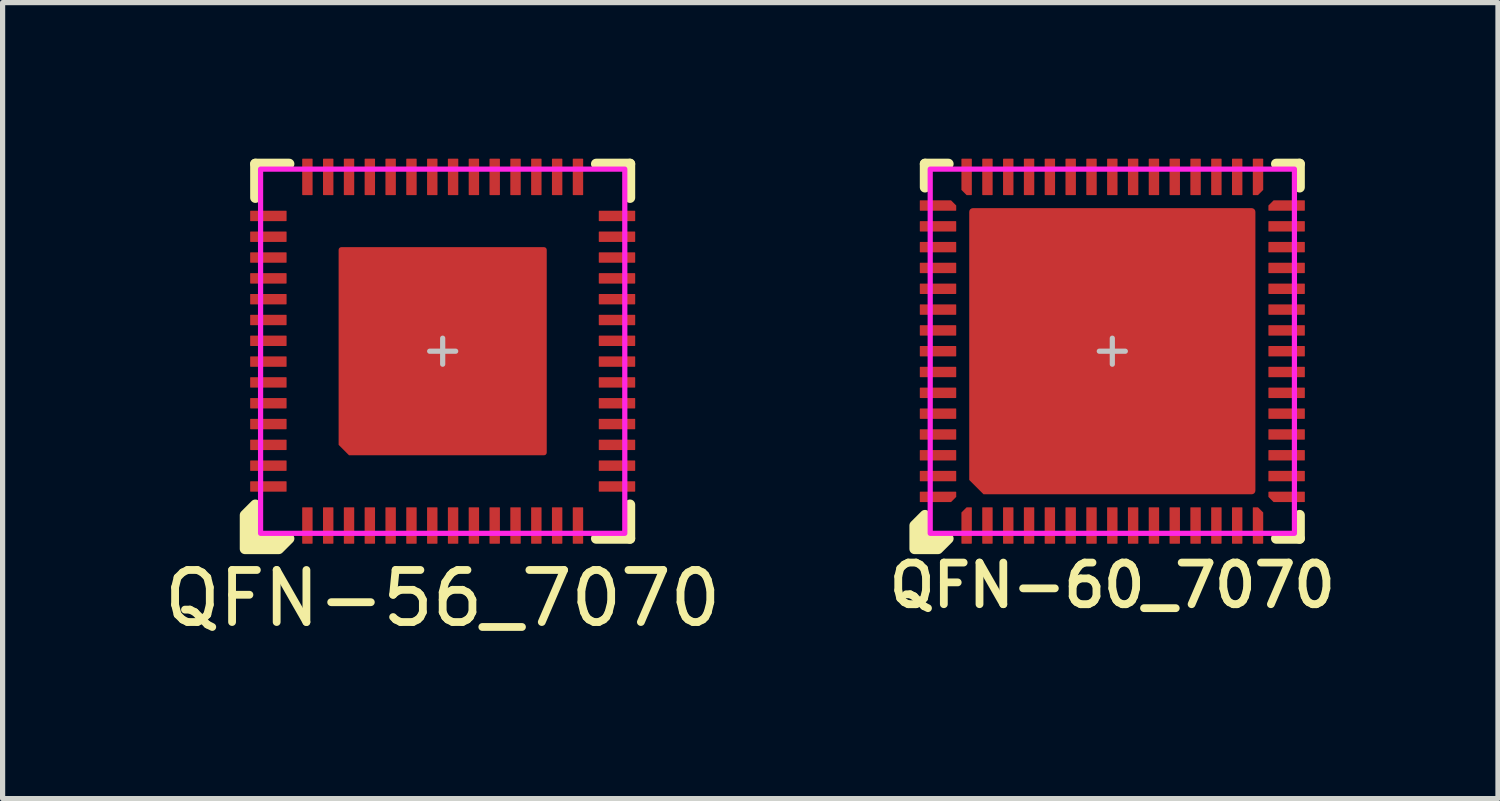
<source format=kicad_pcb>
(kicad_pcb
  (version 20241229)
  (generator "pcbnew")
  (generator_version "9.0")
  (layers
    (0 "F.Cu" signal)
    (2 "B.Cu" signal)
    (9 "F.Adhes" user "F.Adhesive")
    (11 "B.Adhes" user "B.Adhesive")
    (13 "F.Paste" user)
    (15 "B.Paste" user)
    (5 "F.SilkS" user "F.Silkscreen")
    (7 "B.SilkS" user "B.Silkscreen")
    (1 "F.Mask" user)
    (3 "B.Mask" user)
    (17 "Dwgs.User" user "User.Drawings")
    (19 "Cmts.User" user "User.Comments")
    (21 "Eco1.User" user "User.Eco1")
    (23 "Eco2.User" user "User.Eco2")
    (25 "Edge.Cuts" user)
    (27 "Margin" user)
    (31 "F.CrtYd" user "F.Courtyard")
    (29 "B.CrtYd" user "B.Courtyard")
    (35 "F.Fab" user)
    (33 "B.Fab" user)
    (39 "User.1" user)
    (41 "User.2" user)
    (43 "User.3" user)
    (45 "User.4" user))
  (footprint "QFN-60_7070"
    (layer "F.Cu")
    (at 18.328 3.7)
    (property "Reference" "QFN-60_7070" (at 0 4.5 0) (unlocked yes) (layer "F.SilkS") (effects (font (size 0.8 0.8) (thickness 0.15))))
    (attr smd)
    (fp_line (start -3.6 -3.6) (end -3.6 -3.15) (stroke (width 0.2) (type solid)) (layer "F.SilkS"))
    (fp_line (start -3.15 -3.6) (end -3.6 -3.6) (stroke (width 0.2) (type solid)) (layer "F.SilkS"))
    (fp_line (start 3.15 3.6) (end 3.6 3.6) (stroke (width 0.2) (type solid)) (layer "F.SilkS"))
    (fp_line (start 3.6 -3.6) (end 3.15 -3.6) (stroke (width 0.2) (type solid)) (layer "F.SilkS"))
    (fp_line (start 3.6 -3.15) (end 3.6 -3.6) (stroke (width 0.2) (type solid)) (layer "F.SilkS"))
    (fp_line (start 3.6 3.6) (end 3.6 3.15) (stroke (width 0.2) (type solid)) (layer "F.SilkS"))
    (fp_poly (pts (xy -3.6 3.15) (xy -3.6 3.6) (xy -3.15 3.6) (xy -3.35 3.8) (xy -3.8 3.8) (xy -3.8 3.35)) (stroke (width 0.2) (type solid)) (fill yes) (layer "F.SilkS"))
    (fp_rect (start -1.65 -2.6) (end -0.75 -1.95) (stroke (width 0) (type solid)) (fill yes) (layer "F.Paste"))
    (fp_rect (start -1.65 -1.65) (end -0.75 -0.75) (stroke (width 0) (type solid)) (fill yes) (layer "F.Paste"))
    (fp_rect (start -1.65 -0.45) (end -0.75 0.45) (stroke (width 0) (type solid)) (fill yes) (layer "F.Paste"))
    (fp_rect (start -1.65 0.75) (end -0.75 1.65) (stroke (width 0) (type solid)) (fill yes) (layer "F.Paste"))
    (fp_rect (start -1.65 1.95) (end -0.75 2.6) (stroke (width 0) (type solid)) (fill yes) (layer "F.Paste"))
    (fp_rect (start -0.45 -2.6) (end 0.45 -1.95) (stroke (width 0) (type solid)) (fill yes) (layer "F.Paste"))
    (fp_rect (start -0.45 -1.65) (end 0.45 -0.75) (stroke (width 0) (type solid)) (fill yes) (layer "F.Paste"))
    (fp_rect (start -0.45 -0.45) (end 0.45 0.45) (stroke (width 0) (type solid)) (fill yes) (layer "F.Paste"))
    (fp_rect (start -0.45 0.75) (end 0.45 1.65) (stroke (width 0) (type solid)) (fill yes) (layer "F.Paste"))
    (fp_rect (start -0.45 1.95) (end 0.45 2.6) (stroke (width 0) (type solid)) (fill yes) (layer "F.Paste"))
    (fp_rect (start 0.75 -2.6) (end 1.65 -1.95) (stroke (width 0) (type solid)) (fill yes) (layer "F.Paste"))
    (fp_rect (start 0.75 -1.65) (end 1.65 -0.75) (stroke (width 0) (type solid)) (fill yes) (layer "F.Paste"))
    (fp_rect (start 0.75 -0.45) (end 1.65 0.45) (stroke (width 0) (type solid)) (fill yes) (layer "F.Paste"))
    (fp_rect (start 0.75 0.75) (end 1.65 1.65) (stroke (width 0) (type solid)) (fill yes) (layer "F.Paste"))
    (fp_rect (start 0.75 1.95) (end 1.65 2.6) (stroke (width 0) (type solid)) (fill yes) (layer "F.Paste"))
    (fp_poly (pts (xy -2.6 -1.95) (xy -2.6 -2.6) (xy -1.95 -2.6) (xy -1.95 -1.95)) (stroke (width 0) (type solid)) (fill yes) (layer "F.Paste"))
    (fp_poly (pts (xy -2.6 -0.75) (xy -2.6 -1.65) (xy -1.95 -1.65) (xy -1.95 -0.75)) (stroke (width 0) (type solid)) (fill yes) (layer "F.Paste"))
    (fp_poly (pts (xy -2.6 0.45) (xy -2.6 -0.45) (xy -1.95 -0.45) (xy -1.95 0.45)) (stroke (width 0) (type solid)) (fill yes) (layer "F.Paste"))
    (fp_poly (pts (xy -2.6 1.65) (xy -2.6 0.75) (xy -1.95 0.75) (xy -1.95 1.65)) (stroke (width 0) (type solid)) (fill yes) (layer "F.Paste"))
    (fp_poly (pts (xy 1.95 -1.95) (xy 1.95 -2.6) (xy 2.6 -2.6) (xy 2.6 -1.95)) (stroke (width 0) (type solid)) (fill yes) (layer "F.Paste"))
    (fp_poly (pts (xy 1.95 -0.75) (xy 1.95 -1.65) (xy 2.6 -1.65) (xy 2.6 -0.75)) (stroke (width 0) (type solid)) (fill yes) (layer "F.Paste"))
    (fp_poly (pts (xy 1.95 0.45) (xy 1.95 -0.45) (xy 2.6 -0.45) (xy 2.6 0.45)) (stroke (width 0) (type solid)) (fill yes) (layer "F.Paste"))
    (fp_poly (pts (xy 1.95 1.65) (xy 1.95 0.75) (xy 2.6 0.75) (xy 2.6 1.65)) (stroke (width 0) (type solid)) (fill yes) (layer "F.Paste"))
    (fp_poly (pts (xy 1.95 2.6) (xy 1.95 1.95) (xy 2.6 1.95) (xy 2.6 2.6)) (stroke (width 0) (type solid)) (fill yes) (layer "F.Paste"))
    (fp_poly (pts (xy -1.95 2.6) (xy -2.425 2.6) (xy -2.6 2.425) (xy -2.6 1.95) (xy -1.95 1.95)) (stroke (width 0) (type solid)) (fill yes) (layer "F.Paste"))
    (fp_line (start -0.25 0) (end 0.25 0) (stroke (width 0.1) (type solid)) (layer "Dwgs.User"))
    (fp_line (start 0 0.25) (end 0 -0.25) (stroke (width 0.1) (type solid)) (layer "Dwgs.User"))
    (fp_rect (start -3.5 -3.5) (end 3.5 3.5) (stroke (width 0.1) (type solid)) (fill no) (layer "F.CrtYd"))
    (pad "1" smd roundrect (at -2.8 3.35 90) (size 0.7 0.2) (layers "F.Cu" "F.Mask" "F.Paste") (roundrect_rratio 0.05) (chamfer_ratio 0.5) (chamfer top_right))
    (pad "2" smd roundrect (at -2.4 3.35 90) (size 0.7 0.2) (layers "F.Cu" "F.Mask" "F.Paste") (roundrect_rratio 0.05))
    (pad "3" smd roundrect (at -2 3.35 90) (size 0.7 0.2) (layers "F.Cu" "F.Mask" "F.Paste") (roundrect_rratio 0.05))
    (pad "4" smd roundrect (at -1.6 3.35 90) (size 0.7 0.2) (layers "F.Cu" "F.Mask" "F.Paste") (roundrect_rratio 0.05))
    (pad "5" smd roundrect (at -1.2 3.35 90) (size 0.7 0.2) (layers "F.Cu" "F.Mask" "F.Paste") (roundrect_rratio 0.05))
    (pad "6" smd roundrect (at -0.8 3.35 90) (size 0.7 0.2) (layers "F.Cu" "F.Mask" "F.Paste") (roundrect_rratio 0.05))
    (pad "7" smd roundrect (at -0.4 3.35 90) (size 0.7 0.2) (layers "F.Cu" "F.Mask" "F.Paste") (roundrect_rratio 0.05))
    (pad "8" smd roundrect (at 0 3.35 90) (size 0.7 0.2) (layers "F.Cu" "F.Mask" "F.Paste") (roundrect_rratio 0.05))
    (pad "9" smd roundrect (at 0.4 3.35 90) (size 0.7 0.2) (layers "F.Cu" "F.Mask" "F.Paste") (roundrect_rratio 0.05))
    (pad "10" smd roundrect (at 0.8 3.35 90) (size 0.7 0.2) (layers "F.Cu" "F.Mask" "F.Paste") (roundrect_rratio 0.05))
    (pad "11" smd roundrect (at 1.2 3.35 90) (size 0.7 0.2) (layers "F.Cu" "F.Mask" "F.Paste") (roundrect_rratio 0.05))
    (pad "12" smd roundrect (at 1.6 3.35 90) (size 0.7 0.2) (layers "F.Cu" "F.Mask" "F.Paste") (roundrect_rratio 0.05))
    (pad "13" smd roundrect (at 2 3.35 90) (size 0.7 0.2) (layers "F.Cu" "F.Mask" "F.Paste") (roundrect_rratio 0.05))
    (pad "14" smd roundrect (at 2.4 3.35 90) (size 0.7 0.2) (layers "F.Cu" "F.Mask" "F.Paste") (roundrect_rratio 0.05))
    (pad "15" smd roundrect (at 2.8 3.35 90) (size 0.7 0.2) (layers "F.Cu" "F.Mask" "F.Paste") (roundrect_rratio 0.05) (chamfer_ratio 0.5) (chamfer bottom_right))
    (pad "16" smd roundrect (at 3.35 2.8) (size 0.7 0.2) (layers "F.Cu" "F.Mask" "F.Paste") (roundrect_rratio 0.05) (chamfer_ratio 0.5) (chamfer bottom_left))
    (pad "17" smd roundrect (at 3.35 2.4) (size 0.7 0.2) (layers "F.Cu" "F.Mask" "F.Paste") (roundrect_rratio 0.05))
    (pad "18" smd roundrect (at 3.35 2) (size 0.7 0.2) (layers "F.Cu" "F.Mask" "F.Paste") (roundrect_rratio 0.05))
    (pad "19" smd roundrect (at 3.35 1.6) (size 0.7 0.2) (layers "F.Cu" "F.Mask" "F.Paste") (roundrect_rratio 0.05))
    (pad "20" smd roundrect (at 3.35 1.2) (size 0.7 0.2) (layers "F.Cu" "F.Mask" "F.Paste") (roundrect_rratio 0.05))
    (pad "21" smd roundrect (at 3.35 0.8) (size 0.7 0.2) (layers "F.Cu" "F.Mask" "F.Paste") (roundrect_rratio 0.05))
    (pad "22" smd roundrect (at 3.35 0.4) (size 0.7 0.2) (layers "F.Cu" "F.Mask" "F.Paste") (roundrect_rratio 0.05))
    (pad "23" smd roundrect (at 3.35 0) (size 0.7 0.2) (layers "F.Cu" "F.Mask" "F.Paste") (roundrect_rratio 0.05))
    (pad "24" smd roundrect (at 3.35 -0.4) (size 0.7 0.2) (layers "F.Cu" "F.Mask" "F.Paste") (roundrect_rratio 0.05))
    (pad "25" smd roundrect (at 3.35 -0.8) (size 0.7 0.2) (layers "F.Cu" "F.Mask" "F.Paste") (roundrect_rratio 0.05))
    (pad "26" smd roundrect (at 3.35 -1.2) (size 0.7 0.2) (layers "F.Cu" "F.Mask" "F.Paste") (roundrect_rratio 0.05))
    (pad "27" smd roundrect (at 3.35 -1.6) (size 0.7 0.2) (layers "F.Cu" "F.Mask" "F.Paste") (roundrect_rratio 0.05))
    (pad "28" smd roundrect (at 3.35 -2) (size 0.7 0.2) (layers "F.Cu" "F.Mask" "F.Paste") (roundrect_rratio 0.05))
    (pad "29" smd roundrect (at 3.35 -2.4) (size 0.7 0.2) (layers "F.Cu" "F.Mask" "F.Paste") (roundrect_rratio 0.05))
    (pad "30" smd roundrect (at 3.35 -2.8) (size 0.7 0.2) (layers "F.Cu" "F.Mask" "F.Paste") (roundrect_rratio 0.05) (chamfer_ratio 0.5) (chamfer top_left))
    (pad "31" smd roundrect (at 2.8 -3.35 90) (size 0.7 0.2) (layers "F.Cu" "F.Mask" "F.Paste") (roundrect_rratio 0.05) (chamfer_ratio 0.5) (chamfer bottom_left))
    (pad "32" smd roundrect (at 2.4 -3.35 90) (size 0.7 0.2) (layers "F.Cu" "F.Mask" "F.Paste") (roundrect_rratio 0.05))
    (pad "33" smd roundrect (at 2 -3.35 90) (size 0.7 0.2) (layers "F.Cu" "F.Mask" "F.Paste") (roundrect_rratio 0.05))
    (pad "34" smd roundrect (at 1.6 -3.35 90) (size 0.7 0.2) (layers "F.Cu" "F.Mask" "F.Paste") (roundrect_rratio 0.05))
    (pad "35" smd roundrect (at 1.2 -3.35 90) (size 0.7 0.2) (layers "F.Cu" "F.Mask" "F.Paste") (roundrect_rratio 0.05))
    (pad "36" smd roundrect (at 0.8 -3.35 90) (size 0.7 0.2) (layers "F.Cu" "F.Mask" "F.Paste") (roundrect_rratio 0.05))
    (pad "37" smd roundrect (at 0.4 -3.35 90) (size 0.7 0.2) (layers "F.Cu" "F.Mask" "F.Paste") (roundrect_rratio 0.05))
    (pad "38" smd roundrect (at 0 -3.35 90) (size 0.7 0.2) (layers "F.Cu" "F.Mask" "F.Paste") (roundrect_rratio 0.05))
    (pad "39" smd roundrect (at -0.4 -3.35 90) (size 0.7 0.2) (layers "F.Cu" "F.Mask" "F.Paste") (roundrect_rratio 0.05))
    (pad "40" smd roundrect (at -0.8 -3.35 90) (size 0.7 0.2) (layers "F.Cu" "F.Mask" "F.Paste") (roundrect_rratio 0.05))
    (pad "41" smd roundrect (at -1.2 -3.35 90) (size 0.7 0.2) (layers "F.Cu" "F.Mask" "F.Paste") (roundrect_rratio 0.05))
    (pad "42" smd roundrect (at -1.6 -3.35 90) (size 0.7 0.2) (layers "F.Cu" "F.Mask" "F.Paste") (roundrect_rratio 0.05))
    (pad "43" smd roundrect (at -2 -3.35 90) (size 0.7 0.2) (layers "F.Cu" "F.Mask" "F.Paste") (roundrect_rratio 0.05))
    (pad "44" smd roundrect (at -2.4 -3.35 90) (size 0.7 0.2) (layers "F.Cu" "F.Mask" "F.Paste") (roundrect_rratio 0.05))
    (pad "45" smd roundrect (at -2.8 -3.35 90) (size 0.7 0.2) (layers "F.Cu" "F.Mask" "F.Paste") (roundrect_rratio 0.05) (chamfer_ratio 0.5) (chamfer top_left))
    (pad "46" smd roundrect (at -3.35 -2.8) (size 0.7 0.2) (layers "F.Cu" "F.Mask" "F.Paste") (roundrect_rratio 0.05) (chamfer_ratio 0.5) (chamfer top_right))
    (pad "47" smd roundrect (at -3.35 -2.4) (size 0.7 0.2) (layers "F.Cu" "F.Mask" "F.Paste") (roundrect_rratio 0.05))
    (pad "48" smd roundrect (at -3.35 -2) (size 0.7 0.2) (layers "F.Cu" "F.Mask" "F.Paste") (roundrect_rratio 0.05))
    (pad "49" smd roundrect (at -3.35 -1.6) (size 0.7 0.2) (layers "F.Cu" "F.Mask" "F.Paste") (roundrect_rratio 0.05))
    (pad "50" smd roundrect (at -3.35 -1.2) (size 0.7 0.2) (layers "F.Cu" "F.Mask" "F.Paste") (roundrect_rratio 0.05))
    (pad "51" smd roundrect (at -3.35 -0.8) (size 0.7 0.2) (layers "F.Cu" "F.Mask" "F.Paste") (roundrect_rratio 0.05))
    (pad "52" smd roundrect (at -3.35 -0.4) (size 0.7 0.2) (layers "F.Cu" "F.Mask" "F.Paste") (roundrect_rratio 0.05))
    (pad "53" smd roundrect (at -3.35 0) (size 0.7 0.2) (layers "F.Cu" "F.Mask" "F.Paste") (roundrect_rratio 0.05))
    (pad "54" smd roundrect (at -3.35 0.4) (size 0.7 0.2) (layers "F.Cu" "F.Mask" "F.Paste") (roundrect_rratio 0.05))
    (pad "55" smd roundrect (at -3.35 0.8) (size 0.7 0.2) (layers "F.Cu" "F.Mask" "F.Paste") (roundrect_rratio 0.05))
    (pad "56" smd roundrect (at -3.35 1.2) (size 0.7 0.2) (layers "F.Cu" "F.Mask" "F.Paste") (roundrect_rratio 0.05))
    (pad "57" smd roundrect (at -3.35 1.6) (size 0.7 0.2) (layers "F.Cu" "F.Mask" "F.Paste") (roundrect_rratio 0.05))
    (pad "58" smd roundrect (at -3.35 2) (size 0.7 0.2) (layers "F.Cu" "F.Mask" "F.Paste") (roundrect_rratio 0.05))
    (pad "59" smd roundrect (at -3.35 2.4) (size 0.7 0.2) (layers "F.Cu" "F.Mask" "F.Paste") (roundrect_rratio 0.05))
    (pad "60" smd roundrect (at -3.35 2.8) (size 0.7 0.2) (layers "F.Cu" "F.Mask" "F.Paste") (roundrect_rratio 0.05) (chamfer_ratio 0.5) (chamfer bottom_right))
    (pad "EP" smd roundrect (at 0 0) (size 5.5 5.5) (layers "F.Cu" "F.Mask") (roundrect_rratio 0.013) (chamfer_ratio 0.05) (chamfer bottom_left)))
  (footprint "QFN-56_7070"
    (layer "F.Cu")
    (at 5.458 3.7)
    (property "Reference" "QFN-56_7070" (at 0 4.75 0) (unlocked yes) (layer "F.SilkS") (effects (font (size 1 1) (thickness 0.15))))
    (attr smd)
    (fp_line (start -3.6 -3.6) (end -3.6 -2.95) (stroke (width 0.2) (type solid)) (layer "F.SilkS"))
    (fp_line (start -2.95 -3.6) (end -3.6 -3.6) (stroke (width 0.2) (type solid)) (layer "F.SilkS"))
    (fp_line (start 2.95 3.6) (end 3.6 3.6) (stroke (width 0.2) (type solid)) (layer "F.SilkS"))
    (fp_line (start 3.6 -3.6) (end 2.95 -3.6) (stroke (width 0.2) (type solid)) (layer "F.SilkS"))
    (fp_line (start 3.6 -2.95) (end 3.6 -3.6) (stroke (width 0.2) (type solid)) (layer "F.SilkS"))
    (fp_line (start 3.6 3.6) (end 3.6 2.95) (stroke (width 0.2) (type solid)) (layer "F.SilkS"))
    (fp_poly (pts (xy -3.6 2.95) (xy -3.6 3.6) (xy -2.95 3.6) (xy -3.15 3.8) (xy -3.8 3.8) (xy -3.8 3.15)) (stroke (width 0.2) (type solid)) (fill yes) (layer "F.SilkS"))
    (fp_rect (start -1.85 -1.85) (end -0.85 -0.85) (stroke (width 0) (type solid)) (fill yes) (layer "F.Paste"))
    (fp_rect (start -1.85 -0.55) (end -0.85 0.55) (stroke (width 0) (type solid)) (fill yes) (layer "F.Paste"))
    (fp_rect (start -0.55 -1.85) (end 0.55 -0.85) (stroke (width 0) (type solid)) (fill yes) (layer "F.Paste"))
    (fp_rect (start -0.55 -0.55) (end 0.55 0.55) (stroke (width 0) (type solid)) (fill yes) (layer "F.Paste"))
    (fp_rect (start -0.55 0.85) (end 0.55 1.85) (stroke (width 0) (type solid)) (fill yes) (layer "F.Paste"))
    (fp_rect (start 0.85 -1.85) (end 1.85 -0.85) (stroke (width 0) (type solid)) (fill yes) (layer "F.Paste"))
    (fp_rect (start 0.85 -0.55) (end 1.85 0.55) (stroke (width 0) (type solid)) (fill yes) (layer "F.Paste"))
    (fp_rect (start 0.85 0.85) (end 1.85 1.85) (stroke (width 0) (type solid)) (fill yes) (layer "F.Paste"))
    (fp_poly (pts (xy -0.85 1.85) (xy -1.7 1.85) (xy -1.85 1.7) (xy -1.85 0.85) (xy -0.85 0.85)) (stroke (width 0) (type solid)) (fill yes) (layer "F.Paste"))
    (fp_line (start -0.25 0) (end 0.25 0) (stroke (width 0.1) (type solid)) (layer "Dwgs.User"))
    (fp_line (start 0 0.25) (end 0 -0.25) (stroke (width 0.1) (type solid)) (layer "Dwgs.User"))
    (fp_rect (start -3.5 -3.5) (end 3.5 3.5) (stroke (width 0.1) (type solid)) (fill no) (layer "F.CrtYd"))
    (pad "1" smd roundrect (at -2.6 3.35 90) (size 0.7 0.2) (layers "F.Cu" "F.Mask" "F.Paste") (roundrect_rratio 0.05))
    (pad "2" smd roundrect (at -2.2 3.35 90) (size 0.7 0.2) (layers "F.Cu" "F.Mask" "F.Paste") (roundrect_rratio 0.05))
    (pad "3" smd roundrect (at -1.8 3.35 90) (size 0.7 0.2) (layers "F.Cu" "F.Mask" "F.Paste") (roundrect_rratio 0.05))
    (pad "4" smd roundrect (at -1.4 3.35 90) (size 0.7 0.2) (layers "F.Cu" "F.Mask" "F.Paste") (roundrect_rratio 0.05))
    (pad "5" smd roundrect (at -1 3.35 90) (size 0.7 0.2) (layers "F.Cu" "F.Mask" "F.Paste") (roundrect_rratio 0.05))
    (pad "6" smd roundrect (at -0.6 3.35 90) (size 0.7 0.2) (layers "F.Cu" "F.Mask" "F.Paste") (roundrect_rratio 0.05))
    (pad "7" smd roundrect (at -0.2 3.35 90) (size 0.7 0.2) (layers "F.Cu" "F.Mask" "F.Paste") (roundrect_rratio 0.05))
    (pad "8" smd roundrect (at 0.2 3.35 90) (size 0.7 0.2) (layers "F.Cu" "F.Mask" "F.Paste") (roundrect_rratio 0.05))
    (pad "9" smd roundrect (at 0.6 3.35 90) (size 0.7 0.2) (layers "F.Cu" "F.Mask" "F.Paste") (roundrect_rratio 0.05))
    (pad "10" smd roundrect (at 1 3.35 90) (size 0.7 0.2) (layers "F.Cu" "F.Mask" "F.Paste") (roundrect_rratio 0.05))
    (pad "11" smd roundrect (at 1.4 3.35 90) (size 0.7 0.2) (layers "F.Cu" "F.Mask" "F.Paste") (roundrect_rratio 0.05))
    (pad "12" smd roundrect (at 1.8 3.35 90) (size 0.7 0.2) (layers "F.Cu" "F.Mask" "F.Paste") (roundrect_rratio 0.05))
    (pad "13" smd roundrect (at 2.2 3.35 90) (size 0.7 0.2) (layers "F.Cu" "F.Mask" "F.Paste") (roundrect_rratio 0.05))
    (pad "14" smd roundrect (at 2.6 3.35 90) (size 0.7 0.2) (layers "F.Cu" "F.Mask" "F.Paste") (roundrect_rratio 0.05))
    (pad "15" smd roundrect (at 3.35 2.6) (size 0.7 0.2) (layers "F.Cu" "F.Mask" "F.Paste") (roundrect_rratio 0.05))
    (pad "16" smd roundrect (at 3.35 2.2) (size 0.7 0.2) (layers "F.Cu" "F.Mask" "F.Paste") (roundrect_rratio 0.05))
    (pad "17" smd roundrect (at 3.35 1.8) (size 0.7 0.2) (layers "F.Cu" "F.Mask" "F.Paste") (roundrect_rratio 0.05))
    (pad "18" smd roundrect (at 3.35 1.4) (size 0.7 0.2) (layers "F.Cu" "F.Mask" "F.Paste") (roundrect_rratio 0.05))
    (pad "19" smd roundrect (at 3.35 1) (size 0.7 0.2) (layers "F.Cu" "F.Mask" "F.Paste") (roundrect_rratio 0.05))
    (pad "20" smd roundrect (at 3.35 0.6) (size 0.7 0.2) (layers "F.Cu" "F.Mask" "F.Paste") (roundrect_rratio 0.05))
    (pad "21" smd roundrect (at 3.35 0.2) (size 0.7 0.2) (layers "F.Cu" "F.Mask" "F.Paste") (roundrect_rratio 0.05))
    (pad "22" smd roundrect (at 3.35 -0.2) (size 0.7 0.2) (layers "F.Cu" "F.Mask" "F.Paste") (roundrect_rratio 0.05))
    (pad "23" smd roundrect (at 3.35 -0.6) (size 0.7 0.2) (layers "F.Cu" "F.Mask" "F.Paste") (roundrect_rratio 0.05))
    (pad "24" smd roundrect (at 3.35 -1) (size 0.7 0.2) (layers "F.Cu" "F.Mask" "F.Paste") (roundrect_rratio 0.05))
    (pad "25" smd roundrect (at 3.35 -1.4) (size 0.7 0.2) (layers "F.Cu" "F.Mask" "F.Paste") (roundrect_rratio 0.05))
    (pad "26" smd roundrect (at 3.35 -1.8) (size 0.7 0.2) (layers "F.Cu" "F.Mask" "F.Paste") (roundrect_rratio 0.05))
    (pad "27" smd roundrect (at 3.35 -2.2) (size 0.7 0.2) (layers "F.Cu" "F.Mask" "F.Paste") (roundrect_rratio 0.05))
    (pad "28" smd roundrect (at 3.35 -2.6) (size 0.7 0.2) (layers "F.Cu" "F.Mask" "F.Paste") (roundrect_rratio 0.05))
    (pad "29" smd roundrect (at 2.6 -3.35 90) (size 0.7 0.2) (layers "F.Cu" "F.Mask" "F.Paste") (roundrect_rratio 0.05))
    (pad "30" smd roundrect (at 2.2 -3.35 90) (size 0.7 0.2) (layers "F.Cu" "F.Mask" "F.Paste") (roundrect_rratio 0.05))
    (pad "31" smd roundrect (at 1.8 -3.35 90) (size 0.7 0.2) (layers "F.Cu" "F.Mask" "F.Paste") (roundrect_rratio 0.05))
    (pad "32" smd roundrect (at 1.4 -3.35 90) (size 0.7 0.2) (layers "F.Cu" "F.Mask" "F.Paste") (roundrect_rratio 0.05))
    (pad "33" smd roundrect (at 1 -3.35 90) (size 0.7 0.2) (layers "F.Cu" "F.Mask" "F.Paste") (roundrect_rratio 0.05))
    (pad "34" smd roundrect (at 0.6 -3.35 90) (size 0.7 0.2) (layers "F.Cu" "F.Mask" "F.Paste") (roundrect_rratio 0.05))
    (pad "35" smd roundrect (at 0.2 -3.35 90) (size 0.7 0.2) (layers "F.Cu" "F.Mask" "F.Paste") (roundrect_rratio 0.05))
    (pad "36" smd roundrect (at -0.2 -3.35 90) (size 0.7 0.2) (layers "F.Cu" "F.Mask" "F.Paste") (roundrect_rratio 0.05))
    (pad "37" smd roundrect (at -0.6 -3.35 90) (size 0.7 0.2) (layers "F.Cu" "F.Mask" "F.Paste") (roundrect_rratio 0.05))
    (pad "38" smd roundrect (at -1 -3.35 90) (size 0.7 0.2) (layers "F.Cu" "F.Mask" "F.Paste") (roundrect_rratio 0.05))
    (pad "39" smd roundrect (at -1.4 -3.35 90) (size 0.7 0.2) (layers "F.Cu" "F.Mask" "F.Paste") (roundrect_rratio 0.05))
    (pad "40" smd roundrect (at -1.8 -3.35 90) (size 0.7 0.2) (layers "F.Cu" "F.Mask" "F.Paste") (roundrect_rratio 0.05))
    (pad "41" smd roundrect (at -2.2 -3.35 90) (size 0.7 0.2) (layers "F.Cu" "F.Mask" "F.Paste") (roundrect_rratio 0.05))
    (pad "42" smd roundrect (at -2.6 -3.35 90) (size 0.7 0.2) (layers "F.Cu" "F.Mask" "F.Paste") (roundrect_rratio 0.05))
    (pad "43" smd roundrect (at -3.35 -2.6) (size 0.7 0.2) (layers "F.Cu" "F.Mask" "F.Paste") (roundrect_rratio 0.05))
    (pad "44" smd roundrect (at -3.35 -2.2) (size 0.7 0.2) (layers "F.Cu" "F.Mask" "F.Paste") (roundrect_rratio 0.05))
    (pad "45" smd roundrect (at -3.35 -1.8) (size 0.7 0.2) (layers "F.Cu" "F.Mask" "F.Paste") (roundrect_rratio 0.05))
    (pad "46" smd roundrect (at -3.35 -1.4) (size 0.7 0.2) (layers "F.Cu" "F.Mask" "F.Paste") (roundrect_rratio 0.05))
    (pad "47" smd roundrect (at -3.35 -1) (size 0.7 0.2) (layers "F.Cu" "F.Mask" "F.Paste") (roundrect_rratio 0.05))
    (pad "48" smd roundrect (at -3.35 -0.6) (size 0.7 0.2) (layers "F.Cu" "F.Mask" "F.Paste") (roundrect_rratio 0.05))
    (pad "49" smd roundrect (at -3.35 -0.2) (size 0.7 0.2) (layers "F.Cu" "F.Mask" "F.Paste") (roundrect_rratio 0.05))
    (pad "50" smd roundrect (at -3.35 0.2) (size 0.7 0.2) (layers "F.Cu" "F.Mask" "F.Paste") (roundrect_rratio 0.05))
    (pad "51" smd roundrect (at -3.35 0.6) (size 0.7 0.2) (layers "F.Cu" "F.Mask" "F.Paste") (roundrect_rratio 0.05))
    (pad "52" smd roundrect (at -3.35 1) (size 0.7 0.2) (layers "F.Cu" "F.Mask" "F.Paste") (roundrect_rratio 0.05))
    (pad "53" smd roundrect (at -3.35 1.4) (size 0.7 0.2) (layers "F.Cu" "F.Mask" "F.Paste") (roundrect_rratio 0.05))
    (pad "54" smd roundrect (at -3.35 1.8) (size 0.7 0.2) (layers "F.Cu" "F.Mask" "F.Paste") (roundrect_rratio 0.05))
    (pad "55" smd roundrect (at -3.35 2.2) (size 0.7 0.2) (layers "F.Cu" "F.Mask" "F.Paste") (roundrect_rratio 0.05))
    (pad "56" smd roundrect (at -3.35 2.6) (size 0.7 0.2) (layers "F.Cu" "F.Mask" "F.Paste") (roundrect_rratio 0.05))
    (pad "EP" smd roundrect (at 0 0) (size 4 4) (layers "F.Cu" "F.Mask") (roundrect_rratio 0.013) (chamfer_ratio 0.05) (chamfer bottom_left)))
  (gr_rect
    (start -3 -3)
    (end 25.74 12.298)
    (stroke (width 0.1) (type default))
    (fill no)
    (layer "Edge.Cuts")))
</source>
